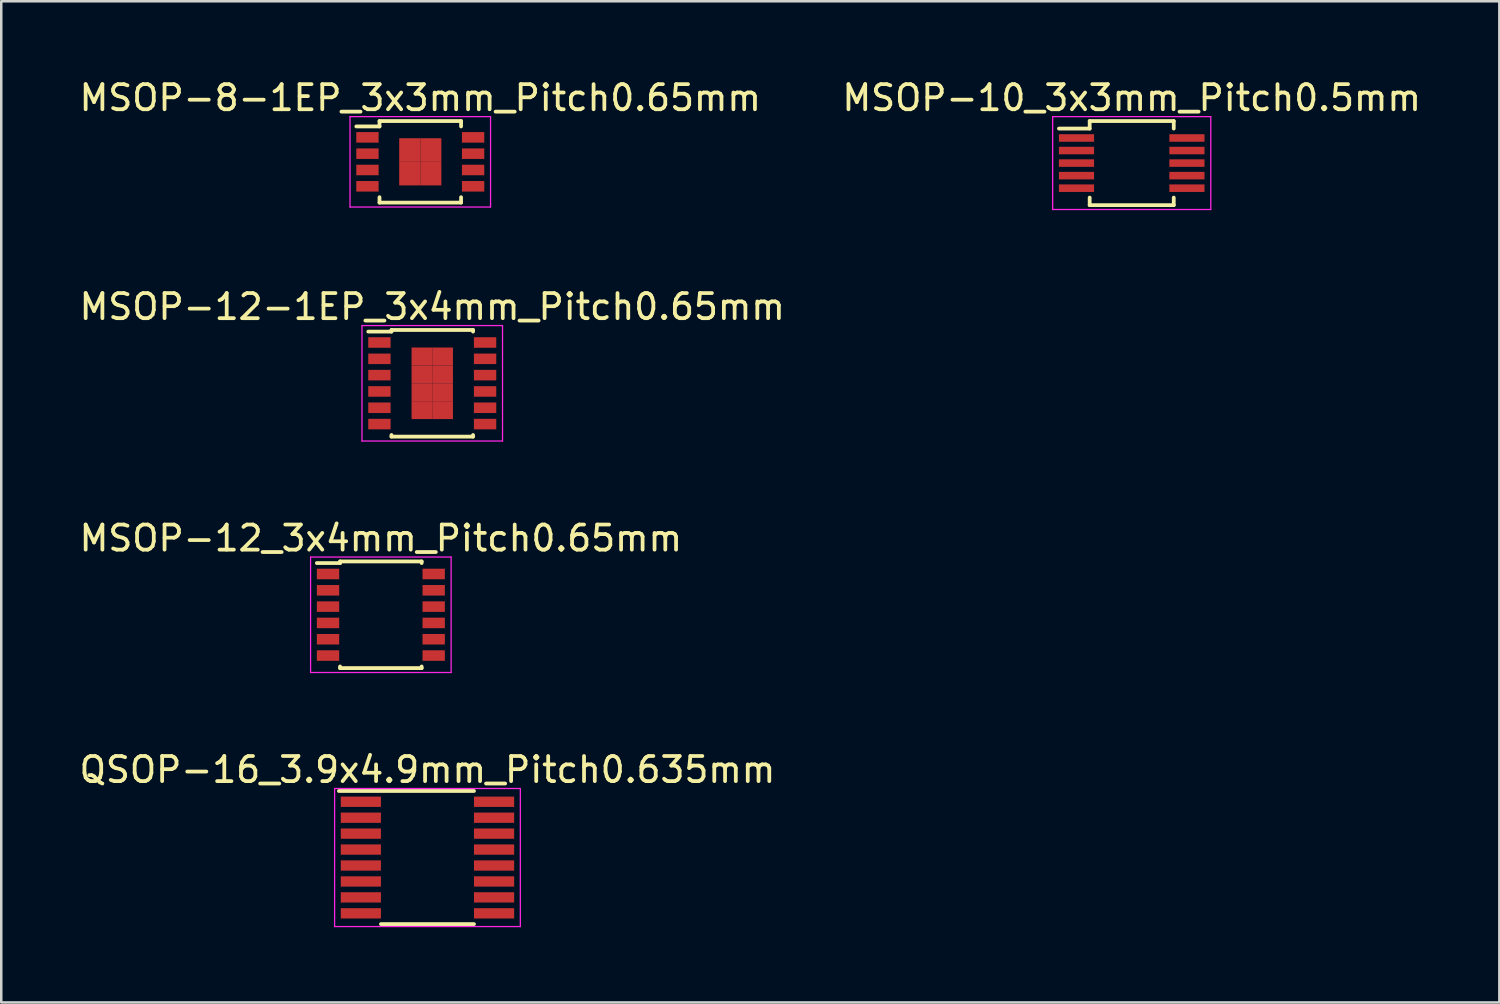
<source format=kicad_pcb>
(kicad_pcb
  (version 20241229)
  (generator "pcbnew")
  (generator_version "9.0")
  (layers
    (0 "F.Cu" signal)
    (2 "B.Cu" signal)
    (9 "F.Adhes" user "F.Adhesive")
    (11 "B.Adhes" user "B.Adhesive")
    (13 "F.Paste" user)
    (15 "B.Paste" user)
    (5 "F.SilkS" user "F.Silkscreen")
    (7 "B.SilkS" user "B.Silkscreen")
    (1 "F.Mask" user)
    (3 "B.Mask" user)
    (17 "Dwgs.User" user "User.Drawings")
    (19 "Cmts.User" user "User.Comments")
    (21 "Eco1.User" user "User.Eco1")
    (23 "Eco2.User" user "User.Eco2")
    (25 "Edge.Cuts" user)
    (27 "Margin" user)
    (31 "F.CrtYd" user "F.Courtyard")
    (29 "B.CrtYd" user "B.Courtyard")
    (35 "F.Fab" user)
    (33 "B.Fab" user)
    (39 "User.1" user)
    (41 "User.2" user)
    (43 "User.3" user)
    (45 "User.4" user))
  (footprint "MSOP-10_3x3mm_Pitch0.5mm"
    (layer "F.Cu")
    (at 42.042 3.448)
    (property "Reference" "MSOP-10_3x3mm_Pitch0.5mm" (at 0 -2.6 0) (layer "F.SilkS") (effects (font (size 1 1) (thickness 0.15))))
    (attr smd)
    (fp_line (start -1.675 -1.675) (end -1.675 -1.375) (stroke (width 0.15) (type solid)) (layer "F.SilkS"))
    (fp_line (start -1.675 -1.675) (end 1.675 -1.675) (stroke (width 0.15) (type solid)) (layer "F.SilkS"))
    (fp_line (start -1.675 -1.375) (end -2.9 -1.375) (stroke (width 0.15) (type solid)) (layer "F.SilkS"))
    (fp_line (start -1.675 1.675) (end -1.675 1.375) (stroke (width 0.15) (type solid)) (layer "F.SilkS"))
    (fp_line (start -1.675 1.675) (end 1.675 1.675) (stroke (width 0.15) (type solid)) (layer "F.SilkS"))
    (fp_line (start 1.675 -1.675) (end 1.675 -1.375) (stroke (width 0.15) (type solid)) (layer "F.SilkS"))
    (fp_line (start 1.675 1.675) (end 1.675 1.375) (stroke (width 0.15) (type solid)) (layer "F.SilkS"))
    (fp_line (start -3.15 -1.85) (end -3.15 1.85) (stroke (width 0.05) (type solid)) (layer "F.CrtYd"))
    (fp_line (start -3.15 -1.85) (end 3.15 -1.85) (stroke (width 0.05) (type solid)) (layer "F.CrtYd"))
    (fp_line (start -3.15 1.85) (end 3.15 1.85) (stroke (width 0.05) (type solid)) (layer "F.CrtYd"))
    (fp_line (start 3.15 -1.85) (end 3.15 1.85) (stroke (width 0.05) (type solid)) (layer "F.CrtYd"))
    (pad "1" smd rect (at -2.2 -1) (size 1.4 0.3) (layers "F.Cu" "F.Mask" "F.Paste"))
    (pad "2" smd rect (at -2.2 -0.5) (size 1.4 0.3) (layers "F.Cu" "F.Mask" "F.Paste"))
    (pad "3" smd rect (at -2.2 0) (size 1.4 0.3) (layers "F.Cu" "F.Mask" "F.Paste"))
    (pad "4" smd rect (at -2.2 0.5) (size 1.4 0.3) (layers "F.Cu" "F.Mask" "F.Paste"))
    (pad "5" smd rect (at -2.2 1) (size 1.4 0.3) (layers "F.Cu" "F.Mask" "F.Paste"))
    (pad "6" smd rect (at 2.2 1) (size 1.4 0.3) (layers "F.Cu" "F.Mask" "F.Paste"))
    (pad "7" smd rect (at 2.2 0.5) (size 1.4 0.3) (layers "F.Cu" "F.Mask" "F.Paste"))
    (pad "8" smd rect (at 2.2 0) (size 1.4 0.3) (layers "F.Cu" "F.Mask" "F.Paste"))
    (pad "9" smd rect (at 2.2 -0.5) (size 1.4 0.3) (layers "F.Cu" "F.Mask" "F.Paste"))
    (pad "10" smd rect (at 2.2 -1) (size 1.4 0.3) (layers "F.Cu" "F.Mask" "F.Paste")))
  (footprint "MSOP-12-1EP_3x4mm_Pitch0.65mm"
    (layer "F.Cu")
    (at 14.173 12.222)
    (property "Reference" "MSOP-12-1EP_3x4mm_Pitch0.65mm" (at 0 -3.05 0) (layer "F.SilkS") (effects (font (size 1 1) (thickness 0.15))))
    (attr smd)
    (fp_line (start -1.625 -2.125) (end -1.625 -2.06) (stroke (width 0.15) (type solid)) (layer "F.SilkS"))
    (fp_line (start -1.625 -2.125) (end 1.625 -2.125) (stroke (width 0.15) (type solid)) (layer "F.SilkS"))
    (fp_line (start -1.625 -2.06) (end -2.55 -2.06) (stroke (width 0.15) (type solid)) (layer "F.SilkS"))
    (fp_line (start -1.625 2.125) (end -1.625 2.06) (stroke (width 0.15) (type solid)) (layer "F.SilkS"))
    (fp_line (start -1.625 2.125) (end 1.625 2.125) (stroke (width 0.15) (type solid)) (layer "F.SilkS"))
    (fp_line (start 1.625 -2.125) (end 1.625 -2.06) (stroke (width 0.15) (type solid)) (layer "F.SilkS"))
    (fp_line (start 1.625 2.125) (end 1.625 2.06) (stroke (width 0.15) (type solid)) (layer "F.SilkS"))
    (fp_line (start -2.8 -2.3) (end -2.8 2.3) (stroke (width 0.05) (type solid)) (layer "F.CrtYd"))
    (fp_line (start -2.8 -2.3) (end 2.8 -2.3) (stroke (width 0.05) (type solid)) (layer "F.CrtYd"))
    (fp_line (start -2.8 2.3) (end 2.8 2.3) (stroke (width 0.05) (type solid)) (layer "F.CrtYd"))
    (fp_line (start 2.8 -2.3) (end 2.8 2.3) (stroke (width 0.05) (type solid)) (layer "F.CrtYd"))
    (pad "1" smd rect (at -2.105 -1.625) (size 0.89 0.42) (layers "F.Cu" "F.Mask" "F.Paste"))
    (pad "2" smd rect (at -2.105 -0.975) (size 0.89 0.42) (layers "F.Cu" "F.Mask" "F.Paste"))
    (pad "3" smd rect (at -2.105 -0.325) (size 0.89 0.42) (layers "F.Cu" "F.Mask" "F.Paste"))
    (pad "4" smd rect (at -2.105 0.325) (size 0.89 0.42) (layers "F.Cu" "F.Mask" "F.Paste"))
    (pad "5" smd rect (at -2.105 0.975) (size 0.89 0.42) (layers "F.Cu" "F.Mask" "F.Paste"))
    (pad "6" smd rect (at -2.105 1.625) (size 0.89 0.42) (layers "F.Cu" "F.Mask" "F.Paste"))
    (pad "7" smd rect (at 2.105 1.625) (size 0.89 0.42) (layers "F.Cu" "F.Mask" "F.Paste"))
    (pad "8" smd rect (at 2.105 0.975) (size 0.89 0.42) (layers "F.Cu" "F.Mask" "F.Paste"))
    (pad "9" smd rect (at 2.105 0.325) (size 0.89 0.42) (layers "F.Cu" "F.Mask" "F.Paste"))
    (pad "10" smd rect (at 2.105 -0.325) (size 0.89 0.42) (layers "F.Cu" "F.Mask" "F.Paste"))
    (pad "11" smd rect (at 2.105 -0.975) (size 0.89 0.42) (layers "F.Cu" "F.Mask" "F.Paste"))
    (pad "12" smd rect (at 2.105 -1.625) (size 0.89 0.42) (layers "F.Cu" "F.Mask" "F.Paste"))
    (pad "13" smd rect (at -0.412 -1.069) (size 0.825 0.713) (layers "F.Cu" "F.Mask" "F.Paste"))
    (pad "13" smd rect (at -0.412 -0.356) (size 0.825 0.713) (layers "F.Cu" "F.Mask" "F.Paste"))
    (pad "13" smd rect (at -0.412 0.356) (size 0.825 0.713) (layers "F.Cu" "F.Mask" "F.Paste"))
    (pad "13" smd rect (at -0.412 1.069) (size 0.825 0.713) (layers "F.Cu" "F.Mask" "F.Paste"))
    (pad "13" smd rect (at 0.412 -1.069) (size 0.825 0.713) (layers "F.Cu" "F.Mask" "F.Paste"))
    (pad "13" smd rect (at 0.412 -0.356) (size 0.825 0.713) (layers "F.Cu" "F.Mask" "F.Paste"))
    (pad "13" smd rect (at 0.412 0.356) (size 0.825 0.713) (layers "F.Cu" "F.Mask" "F.Paste"))
    (pad "13" smd rect (at 0.412 1.069) (size 0.825 0.713) (layers "F.Cu" "F.Mask" "F.Paste")))
  (footprint "MSOP-12_3x4mm_Pitch0.65mm"
    (layer "F.Cu")
    (at 12.125 21.445)
    (property "Reference" "MSOP-12_3x4mm_Pitch0.65mm" (at 0 -3.05 0) (layer "F.SilkS") (effects (font (size 1 1) (thickness 0.15))))
    (attr smd)
    (fp_line (start -1.625 -2.125) (end -1.625 -2.06) (stroke (width 0.15) (type solid)) (layer "F.SilkS"))
    (fp_line (start -1.625 -2.125) (end 1.625 -2.125) (stroke (width 0.15) (type solid)) (layer "F.SilkS"))
    (fp_line (start -1.625 -2.06) (end -2.55 -2.06) (stroke (width 0.15) (type solid)) (layer "F.SilkS"))
    (fp_line (start -1.625 2.125) (end -1.625 2.06) (stroke (width 0.15) (type solid)) (layer "F.SilkS"))
    (fp_line (start -1.625 2.125) (end 1.625 2.125) (stroke (width 0.15) (type solid)) (layer "F.SilkS"))
    (fp_line (start 1.625 -2.125) (end 1.625 -2.06) (stroke (width 0.15) (type solid)) (layer "F.SilkS"))
    (fp_line (start 1.625 2.125) (end 1.625 2.06) (stroke (width 0.15) (type solid)) (layer "F.SilkS"))
    (fp_line (start -2.8 -2.3) (end -2.8 2.3) (stroke (width 0.05) (type solid)) (layer "F.CrtYd"))
    (fp_line (start -2.8 -2.3) (end 2.8 -2.3) (stroke (width 0.05) (type solid)) (layer "F.CrtYd"))
    (fp_line (start -2.8 2.3) (end 2.8 2.3) (stroke (width 0.05) (type solid)) (layer "F.CrtYd"))
    (fp_line (start 2.8 -2.3) (end 2.8 2.3) (stroke (width 0.05) (type solid)) (layer "F.CrtYd"))
    (pad "1" smd rect (at -2.105 -1.625) (size 0.89 0.42) (layers "F.Cu" "F.Mask" "F.Paste"))
    (pad "2" smd rect (at -2.105 -0.975) (size 0.89 0.42) (layers "F.Cu" "F.Mask" "F.Paste"))
    (pad "3" smd rect (at -2.105 -0.325) (size 0.89 0.42) (layers "F.Cu" "F.Mask" "F.Paste"))
    (pad "4" smd rect (at -2.105 0.325) (size 0.89 0.42) (layers "F.Cu" "F.Mask" "F.Paste"))
    (pad "5" smd rect (at -2.105 0.975) (size 0.89 0.42) (layers "F.Cu" "F.Mask" "F.Paste"))
    (pad "6" smd rect (at -2.105 1.625) (size 0.89 0.42) (layers "F.Cu" "F.Mask" "F.Paste"))
    (pad "7" smd rect (at 2.105 1.625) (size 0.89 0.42) (layers "F.Cu" "F.Mask" "F.Paste"))
    (pad "8" smd rect (at 2.105 0.975) (size 0.89 0.42) (layers "F.Cu" "F.Mask" "F.Paste"))
    (pad "9" smd rect (at 2.105 0.325) (size 0.89 0.42) (layers "F.Cu" "F.Mask" "F.Paste"))
    (pad "10" smd rect (at 2.105 -0.325) (size 0.89 0.42) (layers "F.Cu" "F.Mask" "F.Paste"))
    (pad "11" smd rect (at 2.105 -0.975) (size 0.89 0.42) (layers "F.Cu" "F.Mask" "F.Paste"))
    (pad "12" smd rect (at 2.105 -1.625) (size 0.89 0.42) (layers "F.Cu" "F.Mask" "F.Paste")))
  (footprint "MSOP-8-1EP_3x3mm_Pitch0.65mm"
    (layer "F.Cu")
    (at 13.696 3.398)
    (property "Reference" "MSOP-8-1EP_3x3mm_Pitch0.65mm" (at 0 -2.55 0) (layer "F.SilkS") (effects (font (size 1 1) (thickness 0.15))))
    (attr smd)
    (fp_line (start -1.625 -1.625) (end -1.625 -1.41) (stroke (width 0.15) (type solid)) (layer "F.SilkS"))
    (fp_line (start -1.625 -1.625) (end 1.625 -1.625) (stroke (width 0.15) (type solid)) (layer "F.SilkS"))
    (fp_line (start -1.625 -1.41) (end -2.55 -1.41) (stroke (width 0.15) (type solid)) (layer "F.SilkS"))
    (fp_line (start -1.625 1.625) (end -1.625 1.41) (stroke (width 0.15) (type solid)) (layer "F.SilkS"))
    (fp_line (start -1.625 1.625) (end 1.625 1.625) (stroke (width 0.15) (type solid)) (layer "F.SilkS"))
    (fp_line (start 1.625 -1.625) (end 1.625 -1.41) (stroke (width 0.15) (type solid)) (layer "F.SilkS"))
    (fp_line (start 1.625 1.625) (end 1.625 1.41) (stroke (width 0.15) (type solid)) (layer "F.SilkS"))
    (fp_line (start -2.8 -1.8) (end -2.8 1.8) (stroke (width 0.05) (type solid)) (layer "F.CrtYd"))
    (fp_line (start -2.8 -1.8) (end 2.8 -1.8) (stroke (width 0.05) (type solid)) (layer "F.CrtYd"))
    (fp_line (start -2.8 1.8) (end 2.8 1.8) (stroke (width 0.05) (type solid)) (layer "F.CrtYd"))
    (fp_line (start 2.8 -1.8) (end 2.8 1.8) (stroke (width 0.05) (type solid)) (layer "F.CrtYd"))
    (pad "1" smd rect (at -2.105 -0.975) (size 0.89 0.42) (layers "F.Cu" "F.Mask" "F.Paste"))
    (pad "2" smd rect (at -2.105 -0.325) (size 0.89 0.42) (layers "F.Cu" "F.Mask" "F.Paste"))
    (pad "3" smd rect (at -2.105 0.325) (size 0.89 0.42) (layers "F.Cu" "F.Mask" "F.Paste"))
    (pad "4" smd rect (at -2.105 0.975) (size 0.89 0.42) (layers "F.Cu" "F.Mask" "F.Paste"))
    (pad "5" smd rect (at 2.105 0.975) (size 0.89 0.42) (layers "F.Cu" "F.Mask" "F.Paste"))
    (pad "6" smd rect (at 2.105 0.325) (size 0.89 0.42) (layers "F.Cu" "F.Mask" "F.Paste"))
    (pad "7" smd rect (at 2.105 -0.325) (size 0.89 0.42) (layers "F.Cu" "F.Mask" "F.Paste"))
    (pad "8" smd rect (at 2.105 -0.975) (size 0.89 0.42) (layers "F.Cu" "F.Mask" "F.Paste"))
    (pad "9" smd rect (at -0.42 -0.47) (size 0.84 0.94) (layers "F.Cu" "F.Mask" "F.Paste"))
    (pad "9" smd rect (at -0.42 0.47) (size 0.84 0.94) (layers "F.Cu" "F.Mask" "F.Paste"))
    (pad "9" smd rect (at 0.42 -0.47) (size 0.84 0.94) (layers "F.Cu" "F.Mask" "F.Paste"))
    (pad "9" smd rect (at 0.42 0.47) (size 0.84 0.94) (layers "F.Cu" "F.Mask" "F.Paste")))
  (footprint "QSOP-16_3.9x4.9mm_Pitch0.635mm"
    (layer "F.Cu")
    (at 13.982 31.118)
    (property "Reference" "QSOP-16_3.9x4.9mm_Pitch0.635mm" (at 0 -3.5 0) (layer "F.SilkS") (effects (font (size 1 1) (thickness 0.15))))
    (attr smd)
    (fp_line (start -3.529 -2.652) (end 1.854 -2.652) (stroke (width 0.15) (type solid)) (layer "F.SilkS"))
    (fp_line (start -1.854 2.652) (end 1.854 2.652) (stroke (width 0.15) (type solid)) (layer "F.SilkS"))
    (fp_line (start -3.7 -2.75) (end -3.7 2.75) (stroke (width 0.05) (type solid)) (layer "F.CrtYd"))
    (fp_line (start -3.7 -2.75) (end 3.7 -2.75) (stroke (width 0.05) (type solid)) (layer "F.CrtYd"))
    (fp_line (start -3.7 2.75) (end 3.7 2.75) (stroke (width 0.05) (type solid)) (layer "F.CrtYd"))
    (fp_line (start 3.7 -2.75) (end 3.7 2.75) (stroke (width 0.05) (type solid)) (layer "F.CrtYd"))
    (pad "1" smd rect (at -2.654 -2.223) (size 1.6 0.41) (layers "F.Cu" "F.Mask" "F.Paste"))
    (pad "2" smd rect (at -2.654 -1.587) (size 1.6 0.41) (layers "F.Cu" "F.Mask" "F.Paste"))
    (pad "3" smd rect (at -2.654 -0.953) (size 1.6 0.41) (layers "F.Cu" "F.Mask" "F.Paste"))
    (pad "4" smd rect (at -2.654 -0.318) (size 1.6 0.41) (layers "F.Cu" "F.Mask" "F.Paste"))
    (pad "5" smd rect (at -2.654 0.318) (size 1.6 0.41) (layers "F.Cu" "F.Mask" "F.Paste"))
    (pad "6" smd rect (at -2.654 0.953) (size 1.6 0.41) (layers "F.Cu" "F.Mask" "F.Paste"))
    (pad "7" smd rect (at -2.654 1.587) (size 1.6 0.41) (layers "F.Cu" "F.Mask" "F.Paste"))
    (pad "8" smd rect (at -2.654 2.223) (size 1.6 0.41) (layers "F.Cu" "F.Mask" "F.Paste"))
    (pad "9" smd rect (at 2.654 2.223) (size 1.6 0.41) (layers "F.Cu" "F.Mask" "F.Paste"))
    (pad "10" smd rect (at 2.654 1.587) (size 1.6 0.41) (layers "F.Cu" "F.Mask" "F.Paste"))
    (pad "11" smd rect (at 2.654 0.953) (size 1.6 0.41) (layers "F.Cu" "F.Mask" "F.Paste"))
    (pad "12" smd rect (at 2.654 0.318) (size 1.6 0.41) (layers "F.Cu" "F.Mask" "F.Paste"))
    (pad "13" smd rect (at 2.654 -0.318) (size 1.6 0.41) (layers "F.Cu" "F.Mask" "F.Paste"))
    (pad "14" smd rect (at 2.654 -0.953) (size 1.6 0.41) (layers "F.Cu" "F.Mask" "F.Paste"))
    (pad "15" smd rect (at 2.654 -1.587) (size 1.6 0.41) (layers "F.Cu" "F.Mask" "F.Paste"))
    (pad "16" smd rect (at 2.654 -2.223) (size 1.6 0.41) (layers "F.Cu" "F.Mask" "F.Paste")))
  (gr_rect
    (start -3 -3)
    (end 56.69 36.893)
    (stroke (width 0.1) (type default))
    (fill no)
    (layer "Edge.Cuts")))
</source>
